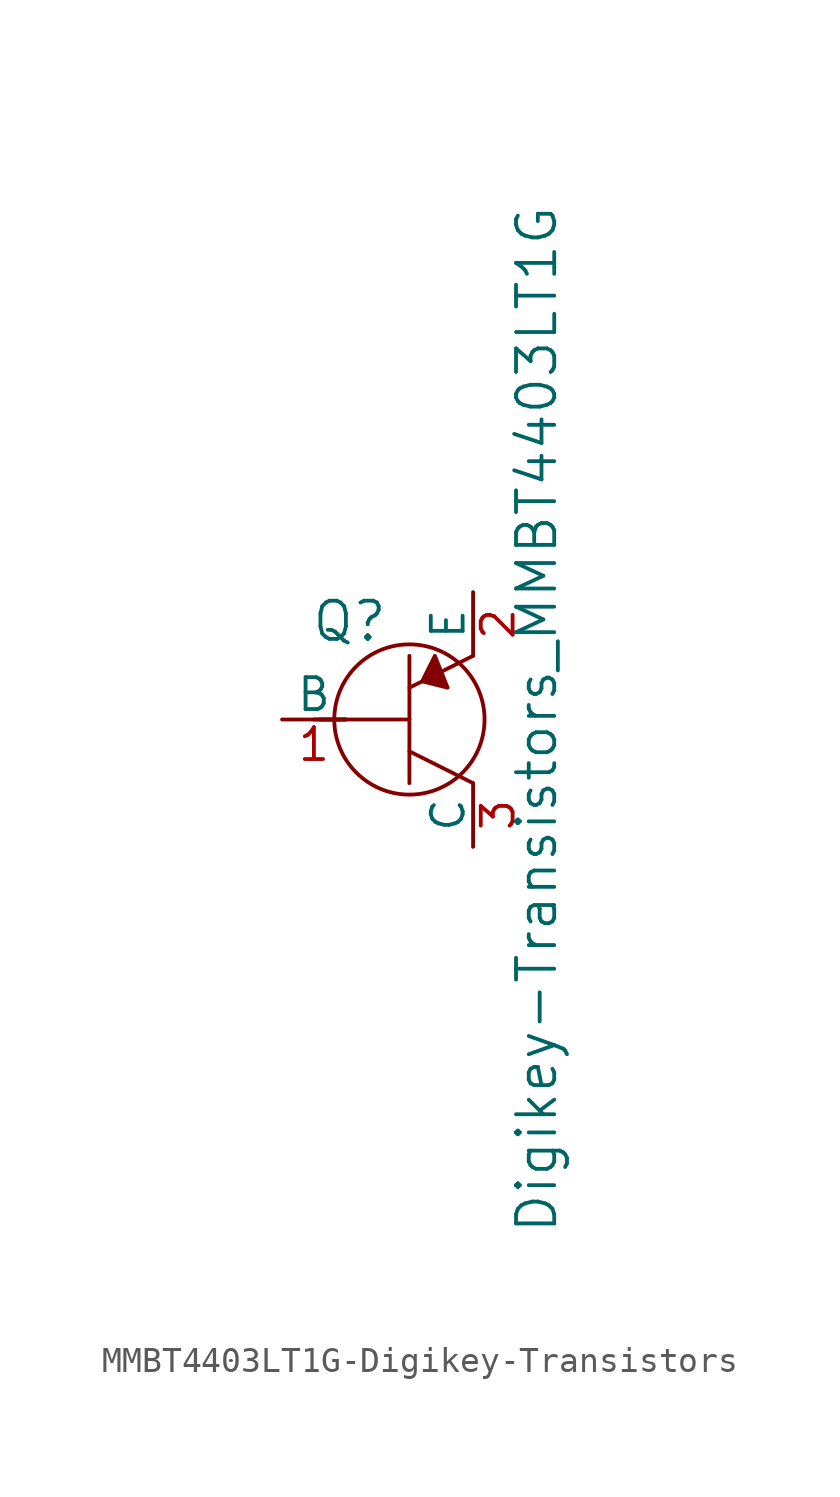
<source format=kicad_sym>
(kicad_symbol_lib
  (version 20231120)
  (generator "kicad_symbol_editor")
  (generator_version "8.0")
  (symbol "MMBT4403LT1G-Digikey-Transistors"
    (pin_names
      (offset 0))
    (property "Reference" "Q"
      (at -2.388 3.912 0)
      (effects (font (size 1.524 1.524))))
    (property "Value" "Digikey-Transistors_MMBT4403LT1G"
      (at 5.08 0 90)
      (effects (font (size 1.524 1.524))))
    (symbol "MMBT4403LT1G-Digikey-Transistors_0_1"
      (polyline (pts (xy -3.81 0) (xy -2.54 0)) (stroke (width 0) (type solid)) (fill (type none)))
      (polyline (pts (xy -3.556 0) (xy 0 0)) (stroke (width 0) (type solid)) (fill (type none)))
      (polyline (pts (xy 0 -1.27) (xy 2.54 -2.54)) (stroke (width 0) (type solid)) (fill (type none)))
      (polyline (pts (xy 0 1.27) (xy 2.54 2.54)) (stroke (width 0) (type solid)) (fill (type none)))
      (polyline (pts (xy 0 2.54) (xy 0 -2.54)) (stroke (width 0) (type solid)) (fill (type none)))
      (polyline (pts (xy 1.016 2.54) (xy 0.508 1.524) (xy 1.524 1.27) (xy 1.016 2.54)) (stroke (width 0) (type solid)) (fill (type outline)))
      (circle (center 0 0) (radius 2.997) (stroke (width 0) (type solid)) (fill (type none))))
    (symbol "MMBT4403LT1G-Digikey-Transistors_1_1"
      (pin input line (at -5.08 0 0) (length 2.54) (name "B" (effects (font (size 1.27 1.27)))) (number "1" (effects (font (size 1.27 1.27)))))
      (pin passive line (at 2.54 5.08 270) (length 2.54) (name "E" (effects (font (size 1.27 1.27)))) (number "2" (effects (font (size 1.27 1.27)))))
      (pin passive line (at 2.54 -5.08 90) (length 2.54) (name "C" (effects (font (size 1.27 1.27)))) (number "3" (effects (font (size 1.27 1.27))))))))
</source>
